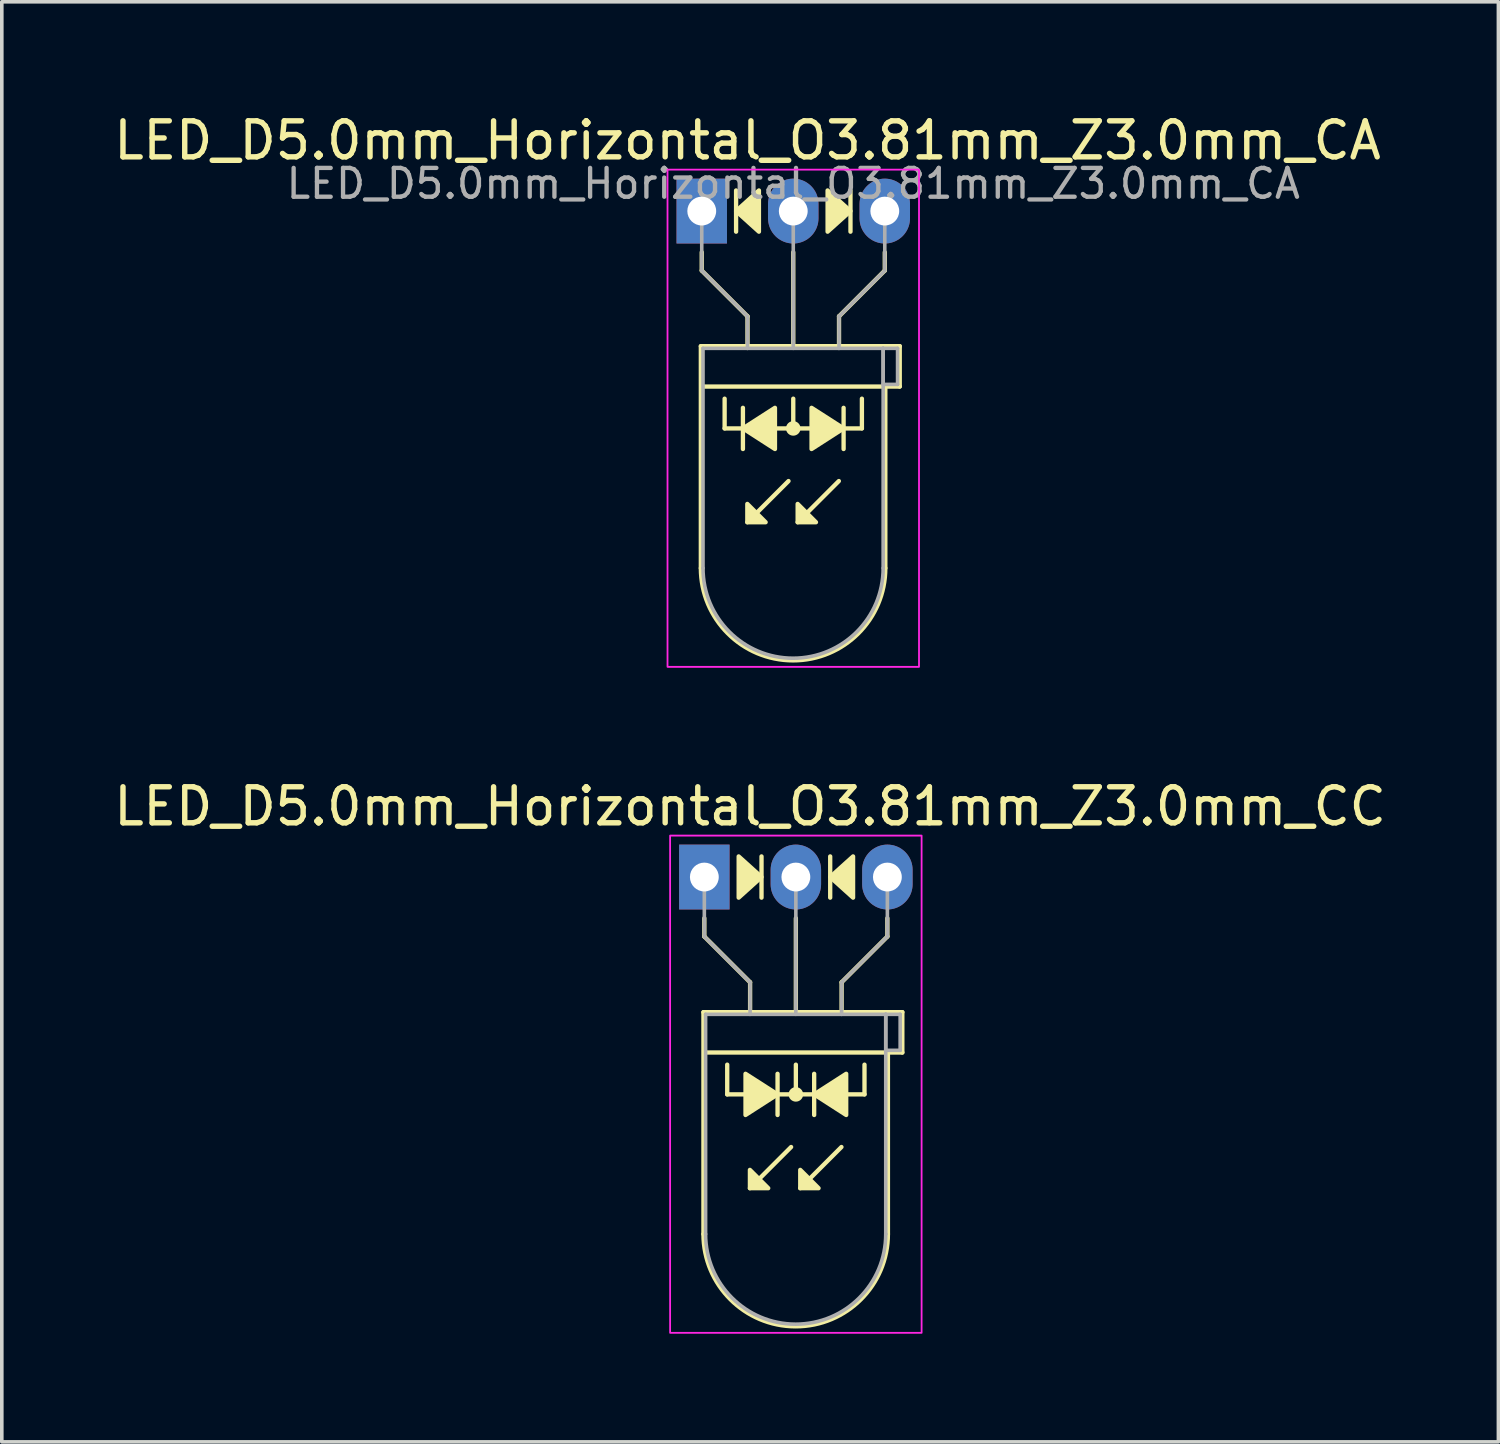
<source format=kicad_pcb>
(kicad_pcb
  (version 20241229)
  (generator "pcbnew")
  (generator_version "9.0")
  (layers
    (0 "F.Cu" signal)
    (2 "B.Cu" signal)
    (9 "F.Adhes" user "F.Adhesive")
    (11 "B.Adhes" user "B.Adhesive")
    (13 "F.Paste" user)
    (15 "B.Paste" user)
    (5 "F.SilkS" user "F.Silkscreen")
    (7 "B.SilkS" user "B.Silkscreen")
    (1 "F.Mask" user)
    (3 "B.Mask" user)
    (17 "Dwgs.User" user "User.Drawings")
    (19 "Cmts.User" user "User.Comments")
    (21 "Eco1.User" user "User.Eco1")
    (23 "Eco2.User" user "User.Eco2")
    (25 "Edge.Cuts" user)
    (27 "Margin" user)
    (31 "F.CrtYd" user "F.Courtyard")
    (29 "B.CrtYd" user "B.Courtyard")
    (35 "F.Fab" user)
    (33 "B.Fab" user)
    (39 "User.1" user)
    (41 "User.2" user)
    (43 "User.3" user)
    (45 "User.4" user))
  (footprint "LED_D5.0mm_Horizontal_O3.81mm_Z3.0mm_CA"
    (layer "F.Cu")
    (at 16.426 2.808)
    (property "Reference" "LED_D5.0mm_Horizontal_O3.81mm_Z3.0mm_CA" (at 1.27 -1.96 0) (layer "F.SilkS") (effects (font (size 1 1) (thickness 0.15))))
    (fp_line (start -0.025 3.75) (end -0.025 9.91) (stroke (width 0.12) (type solid)) (layer "F.SilkS"))
    (fp_line (start -0.025 3.75) (end 5.095 3.75) (stroke (width 0.12) (type solid)) (layer "F.SilkS"))
    (fp_line (start 0 1.143) (end 0 1.651) (stroke (width 0.12) (type default)) (layer "F.SilkS"))
    (fp_line (start 0 1.651) (end 1.27 2.921) (stroke (width 0.12) (type default)) (layer "F.SilkS"))
    (fp_line (start 0.635 6.032) (end 0.635 5.207) (stroke (width 0.12) (type default)) (layer "F.SilkS"))
    (fp_line (start 0.635 6.032) (end 4.445 6.032) (stroke (width 0.12) (type default)) (layer "F.SilkS"))
    (fp_line (start 0.953 -0.572) (end 0.953 0.572) (stroke (width 0.12) (type solid)) (layer "F.SilkS"))
    (fp_line (start 1.143 5.461) (end 1.143 6.604) (stroke (width 0.12) (type solid)) (layer "F.SilkS"))
    (fp_line (start 1.265 3.75) (end 1.265 3.75) (stroke (width 0.12) (type solid)) (layer "F.SilkS"))
    (fp_line (start 1.27 2.921) (end 1.27 3.75) (stroke (width 0.12) (type default)) (layer "F.SilkS"))
    (fp_line (start 2.408 7.493) (end 1.265 8.636) (stroke (width 0.12) (type solid)) (layer "F.SilkS"))
    (fp_line (start 2.54 3.75) (end 2.54 1.143) (stroke (width 0.12) (type default)) (layer "F.SilkS"))
    (fp_line (start 2.54 6.032) (end 2.54 5.207) (stroke (width 0.12) (type default)) (layer "F.SilkS"))
    (fp_line (start 3.805 3.75) (end 3.805 3.75) (stroke (width 0.12) (type solid)) (layer "F.SilkS"))
    (fp_line (start 3.805 7.493) (end 2.662 8.636) (stroke (width 0.12) (type solid)) (layer "F.SilkS"))
    (fp_line (start 3.81 2.921) (end 3.81 3.75) (stroke (width 0.12) (type default)) (layer "F.SilkS"))
    (fp_line (start 3.937 6.604) (end 3.937 5.461) (stroke (width 0.12) (type solid)) (layer "F.SilkS"))
    (fp_line (start 4.128 0.572) (end 4.128 -0.572) (stroke (width 0.12) (type solid)) (layer "F.SilkS"))
    (fp_line (start 4.445 6.032) (end 4.445 5.207) (stroke (width 0.12) (type default)) (layer "F.SilkS"))
    (fp_line (start 5.08 1.143) (end 5.08 1.651) (stroke (width 0.12) (type default)) (layer "F.SilkS"))
    (fp_line (start 5.08 1.651) (end 3.81 2.921) (stroke (width 0.12) (type default)) (layer "F.SilkS"))
    (fp_line (start 5.095 3.75) (end 5.495 3.75) (stroke (width 0.12) (type solid)) (layer "F.SilkS"))
    (fp_line (start 5.095 4.87) (end 5.095 9.91) (stroke (width 0.12) (type solid)) (layer "F.SilkS"))
    (fp_line (start 5.495 3.75) (end 5.495 4.87) (stroke (width 0.12) (type solid)) (layer "F.SilkS"))
    (fp_line (start 5.495 4.87) (end -0.005 4.87) (stroke (width 0.12) (type solid)) (layer "F.SilkS"))
    (fp_arc (start 5.095 9.91) (mid 2.535 12.47) (end -0.025 9.91) (stroke (width 0.12) (type solid)) (layer "F.SilkS"))
    (fp_circle (center 2.54 6.032) (end 2.682 6.032) (stroke (width 0.12) (type solid)) (fill yes) (layer "F.SilkS"))
    (fp_poly (pts (xy 1.265 8.128) (xy 1.773 8.636) (xy 1.265 8.636)) (stroke (width 0.12) (type solid)) (fill yes) (layer "F.SilkS"))
    (fp_poly (pts (xy 1.587 0.572) (xy 0.953 0) (xy 1.587 -0.572)) (stroke (width 0.12) (type solid)) (fill yes) (layer "F.SilkS"))
    (fp_poly (pts (xy 2.032 6.604) (xy 1.143 6.032) (xy 2.032 5.461)) (stroke (width 0.12) (type solid)) (fill yes) (layer "F.SilkS"))
    (fp_poly (pts (xy 2.662 8.128) (xy 3.17 8.636) (xy 2.662 8.636)) (stroke (width 0.12) (type solid)) (fill yes) (layer "F.SilkS"))
    (fp_poly (pts (xy 3.048 5.461) (xy 3.937 6.032) (xy 3.048 6.604)) (stroke (width 0.12) (type solid)) (fill yes) (layer "F.SilkS"))
    (fp_poly (pts (xy 3.493 -0.572) (xy 4.128 0) (xy 3.493 0.572)) (stroke (width 0.12) (type solid)) (fill yes) (layer "F.SilkS"))
    (fp_rect (start -0.95 -1.15) (end 6.03 12.65) (stroke (width 0.05) (type default)) (fill no) (layer "F.CrtYd"))
    (fp_line (start 0 0) (end 0 0) (stroke (width 0.1) (type solid)) (layer "F.Fab"))
    (fp_line (start 0 1.651) (end 0 0) (stroke (width 0.1) (type default)) (layer "F.Fab"))
    (fp_line (start 0.035 3.81) (end 0.035 9.91) (stroke (width 0.1) (type solid)) (layer "F.Fab"))
    (fp_line (start 0.035 3.81) (end 5.035 3.81) (stroke (width 0.1) (type solid)) (layer "F.Fab"))
    (fp_line (start 1.265 3.81) (end 1.265 3.81) (stroke (width 0.1) (type solid)) (layer "F.Fab"))
    (fp_line (start 1.27 2.921) (end 0 1.651) (stroke (width 0.1) (type default)) (layer "F.Fab"))
    (fp_line (start 1.27 2.921) (end 1.27 3.81) (stroke (width 0.1) (type default)) (layer "F.Fab"))
    (fp_line (start 2.54 0) (end 2.54 0) (stroke (width 0.1) (type solid)) (layer "F.Fab"))
    (fp_line (start 2.54 0) (end 2.54 3.81) (stroke (width 0.1) (type default)) (layer "F.Fab"))
    (fp_line (start 3.805 3.81) (end 3.805 3.81) (stroke (width 0.1) (type solid)) (layer "F.Fab"))
    (fp_line (start 3.81 2.921) (end 3.81 3.81) (stroke (width 0.1) (type default)) (layer "F.Fab"))
    (fp_line (start 3.81 2.921) (end 5.08 1.651) (stroke (width 0.1) (type default)) (layer "F.Fab"))
    (fp_line (start 5.035 3.81) (end 5.035 9.91) (stroke (width 0.1) (type solid)) (layer "F.Fab"))
    (fp_line (start 5.035 3.81) (end 5.435 3.81) (stroke (width 0.1) (type solid)) (layer "F.Fab"))
    (fp_line (start 5.035 4.81) (end 5.035 3.81) (stroke (width 0.1) (type solid)) (layer "F.Fab"))
    (fp_line (start 5.08 1.651) (end 5.08 0) (stroke (width 0.1) (type default)) (layer "F.Fab"))
    (fp_line (start 5.435 3.81) (end 5.435 4.81) (stroke (width 0.1) (type solid)) (layer "F.Fab"))
    (fp_line (start 5.435 4.81) (end 5.035 4.81) (stroke (width 0.1) (type solid)) (layer "F.Fab"))
    (fp_arc (start 5.035 9.91) (mid 2.535 12.41) (end 0.035 9.91) (stroke (width 0.1) (type solid)) (layer "F.Fab"))
    (fp_text user "${REFERENCE}" (at 2.54 -0.762 0) (layer "F.Fab") (effects (font (size 0.8 0.8) (thickness 0.12))))
    (pad "1" thru_hole rect (at 0 0) (size 1.4 1.8) (drill 0.8) (layers "*.Cu" "*.Mask"))
    (pad "2" thru_hole oval (at 2.54 0) (size 1.4 1.8) (drill 0.8) (layers "*.Cu" "*.Mask"))
    (pad "3" thru_hole oval (at 5.08 0) (size 1.4 1.8) (drill 0.8) (layers "*.Cu" "*.Mask")))
  (footprint "LED_D5.0mm_Horizontal_O3.81mm_Z3.0mm_CC"
    (layer "F.Cu")
    (at 16.498 21.291)
    (property "Reference" "LED_D5.0mm_Horizontal_O3.81mm_Z3.0mm_CC" (at 1.27 -1.96 0) (layer "F.SilkS") (effects (font (size 1 1) (thickness 0.15))))
    (fp_line (start -0.025 3.75) (end -0.025 9.91) (stroke (width 0.12) (type solid)) (layer "F.SilkS"))
    (fp_line (start -0.025 3.75) (end 5.095 3.75) (stroke (width 0.12) (type solid)) (layer "F.SilkS"))
    (fp_line (start 0 1.143) (end 0 1.651) (stroke (width 0.12) (type default)) (layer "F.SilkS"))
    (fp_line (start 0 1.651) (end 1.27 2.921) (stroke (width 0.12) (type default)) (layer "F.SilkS"))
    (fp_line (start 0.635 6.032) (end 0.635 5.207) (stroke (width 0.12) (type default)) (layer "F.SilkS"))
    (fp_line (start 0.635 6.032) (end 4.445 6.032) (stroke (width 0.12) (type default)) (layer "F.SilkS"))
    (fp_line (start 1.265 3.75) (end 1.265 3.75) (stroke (width 0.12) (type solid)) (layer "F.SilkS"))
    (fp_line (start 1.27 2.921) (end 1.27 3.75) (stroke (width 0.12) (type default)) (layer "F.SilkS"))
    (fp_line (start 1.587 0.572) (end 1.587 -0.572) (stroke (width 0.12) (type solid)) (layer "F.SilkS"))
    (fp_line (start 2.032 6.604) (end 2.032 5.461) (stroke (width 0.12) (type solid)) (layer "F.SilkS"))
    (fp_line (start 2.408 7.493) (end 1.265 8.636) (stroke (width 0.12) (type solid)) (layer "F.SilkS"))
    (fp_line (start 2.54 3.75) (end 2.54 1.143) (stroke (width 0.12) (type default)) (layer "F.SilkS"))
    (fp_line (start 2.54 6.032) (end 2.54 5.207) (stroke (width 0.12) (type default)) (layer "F.SilkS"))
    (fp_line (start 3.048 5.461) (end 3.048 6.604) (stroke (width 0.12) (type solid)) (layer "F.SilkS"))
    (fp_line (start 3.493 -0.572) (end 3.493 0.572) (stroke (width 0.12) (type solid)) (layer "F.SilkS"))
    (fp_line (start 3.805 3.75) (end 3.805 3.75) (stroke (width 0.12) (type solid)) (layer "F.SilkS"))
    (fp_line (start 3.805 7.493) (end 2.662 8.636) (stroke (width 0.12) (type solid)) (layer "F.SilkS"))
    (fp_line (start 3.81 2.921) (end 3.81 3.75) (stroke (width 0.12) (type default)) (layer "F.SilkS"))
    (fp_line (start 4.445 6.032) (end 4.445 5.207) (stroke (width 0.12) (type default)) (layer "F.SilkS"))
    (fp_line (start 5.08 1.143) (end 5.08 1.651) (stroke (width 0.12) (type default)) (layer "F.SilkS"))
    (fp_line (start 5.08 1.651) (end 3.81 2.921) (stroke (width 0.12) (type default)) (layer "F.SilkS"))
    (fp_line (start 5.095 3.75) (end 5.495 3.75) (stroke (width 0.12) (type solid)) (layer "F.SilkS"))
    (fp_line (start 5.095 4.87) (end 5.095 9.91) (stroke (width 0.12) (type solid)) (layer "F.SilkS"))
    (fp_line (start 5.495 3.75) (end 5.495 4.87) (stroke (width 0.12) (type solid)) (layer "F.SilkS"))
    (fp_line (start 5.495 4.87) (end -0.005 4.87) (stroke (width 0.12) (type solid)) (layer "F.SilkS"))
    (fp_arc (start 5.095 9.91) (mid 2.535 12.47) (end -0.025 9.91) (stroke (width 0.12) (type solid)) (layer "F.SilkS"))
    (fp_circle (center 2.54 6.032) (end 2.682 6.032) (stroke (width 0.12) (type solid)) (fill yes) (layer "F.SilkS"))
    (fp_poly (pts (xy 0.953 -0.572) (xy 1.587 0) (xy 0.953 0.572)) (stroke (width 0.12) (type solid)) (fill yes) (layer "F.SilkS"))
    (fp_poly (pts (xy 1.143 5.461) (xy 2.032 6.032) (xy 1.143 6.604)) (stroke (width 0.12) (type solid)) (fill yes) (layer "F.SilkS"))
    (fp_poly (pts (xy 1.265 8.128) (xy 1.773 8.636) (xy 1.265 8.636)) (stroke (width 0.12) (type solid)) (fill yes) (layer "F.SilkS"))
    (fp_poly (pts (xy 2.662 8.128) (xy 3.17 8.636) (xy 2.662 8.636)) (stroke (width 0.12) (type solid)) (fill yes) (layer "F.SilkS"))
    (fp_poly (pts (xy 3.937 6.604) (xy 3.048 6.032) (xy 3.937 5.461)) (stroke (width 0.12) (type solid)) (fill yes) (layer "F.SilkS"))
    (fp_poly (pts (xy 4.128 0.572) (xy 3.493 0) (xy 4.128 -0.572)) (stroke (width 0.12) (type solid)) (fill yes) (layer "F.SilkS"))
    (fp_rect (start -0.95 -1.15) (end 6.03 12.65) (stroke (width 0.05) (type default)) (fill no) (layer "F.CrtYd"))
    (fp_line (start 0 0) (end 0 0) (stroke (width 0.1) (type solid)) (layer "F.Fab"))
    (fp_line (start 0 1.651) (end 0 0) (stroke (width 0.1) (type default)) (layer "F.Fab"))
    (fp_line (start 0.035 3.81) (end 0.035 9.91) (stroke (width 0.1) (type solid)) (layer "F.Fab"))
    (fp_line (start 0.035 3.81) (end 5.035 3.81) (stroke (width 0.1) (type solid)) (layer "F.Fab"))
    (fp_line (start 1.265 3.81) (end 1.265 3.81) (stroke (width 0.1) (type solid)) (layer "F.Fab"))
    (fp_line (start 1.27 2.921) (end 0 1.651) (stroke (width 0.1) (type default)) (layer "F.Fab"))
    (fp_line (start 1.27 2.921) (end 1.27 3.81) (stroke (width 0.1) (type default)) (layer "F.Fab"))
    (fp_line (start 2.54 0) (end 2.54 0) (stroke (width 0.1) (type solid)) (layer "F.Fab"))
    (fp_line (start 2.54 0) (end 2.54 3.81) (stroke (width 0.1) (type default)) (layer "F.Fab"))
    (fp_line (start 3.805 3.81) (end 3.805 3.81) (stroke (width 0.1) (type solid)) (layer "F.Fab"))
    (fp_line (start 3.81 2.921) (end 3.81 3.81) (stroke (width 0.1) (type default)) (layer "F.Fab"))
    (fp_line (start 3.81 2.921) (end 5.08 1.651) (stroke (width 0.1) (type default)) (layer "F.Fab"))
    (fp_line (start 5.035 3.81) (end 5.035 9.91) (stroke (width 0.1) (type solid)) (layer "F.Fab"))
    (fp_line (start 5.035 3.81) (end 5.435 3.81) (stroke (width 0.1) (type solid)) (layer "F.Fab"))
    (fp_line (start 5.035 4.81) (end 5.035 3.81) (stroke (width 0.1) (type solid)) (layer "F.Fab"))
    (fp_line (start 5.08 1.651) (end 5.08 0) (stroke (width 0.1) (type default)) (layer "F.Fab"))
    (fp_line (start 5.435 3.81) (end 5.435 4.81) (stroke (width 0.1) (type solid)) (layer "F.Fab"))
    (fp_line (start 5.435 4.81) (end 5.035 4.81) (stroke (width 0.1) (type solid)) (layer "F.Fab"))
    (fp_arc (start 5.035 9.91) (mid 2.535 12.41) (end 0.035 9.91) (stroke (width 0.1) (type solid)) (layer "F.Fab"))
    (pad "1" thru_hole rect (at 0 0) (size 1.4 1.8) (drill 0.8) (layers "*.Cu" "*.Mask"))
    (pad "2" thru_hole oval (at 2.54 0) (size 1.4 1.8) (drill 0.8) (layers "*.Cu" "*.Mask"))
    (pad "3" thru_hole oval (at 5.08 0) (size 1.4 1.8) (drill 0.8) (layers "*.Cu" "*.Mask")))
  (gr_rect
    (start -3 -3)
    (end 38.536 36.967)
    (stroke (width 0.1) (type default))
    (fill no)
    (layer "Edge.Cuts")))
</source>
